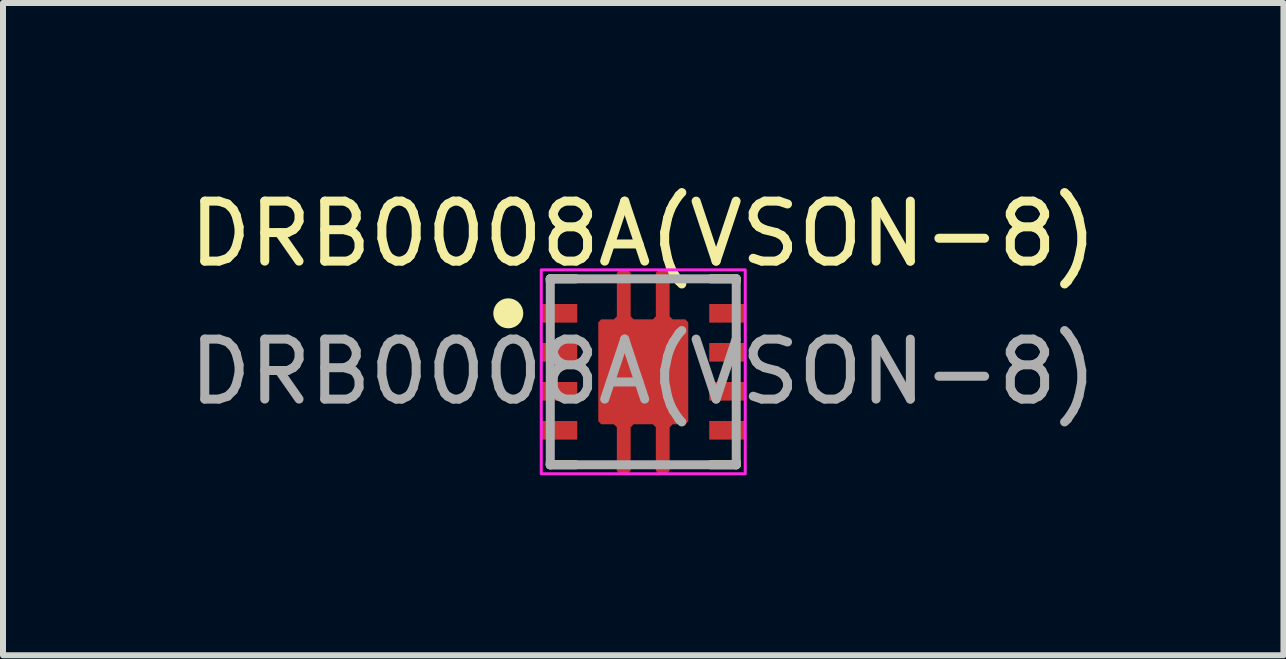
<source format=kicad_pcb>
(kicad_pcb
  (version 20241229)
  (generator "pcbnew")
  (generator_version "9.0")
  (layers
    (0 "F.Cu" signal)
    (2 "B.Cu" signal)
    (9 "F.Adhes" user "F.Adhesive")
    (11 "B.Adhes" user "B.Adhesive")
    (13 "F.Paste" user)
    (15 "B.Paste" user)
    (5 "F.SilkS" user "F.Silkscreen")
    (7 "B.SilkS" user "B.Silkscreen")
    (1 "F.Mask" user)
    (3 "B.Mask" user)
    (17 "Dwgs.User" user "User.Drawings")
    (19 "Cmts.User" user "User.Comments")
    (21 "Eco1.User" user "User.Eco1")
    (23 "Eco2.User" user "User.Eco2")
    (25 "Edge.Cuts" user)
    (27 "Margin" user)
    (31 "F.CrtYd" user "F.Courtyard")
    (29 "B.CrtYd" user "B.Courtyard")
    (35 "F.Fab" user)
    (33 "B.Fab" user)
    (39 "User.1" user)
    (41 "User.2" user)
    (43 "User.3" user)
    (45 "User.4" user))
  (footprint "DRB0008A(VSON-8)"
    (layer "F.Cu")
    (at 7.673 3.148)
    (property "Reference" "DRB0008A(VSON-8)" (at 0 -2.3 0) (unlocked yes) (layer "F.SilkS") (effects (font (size 1 1) (thickness 0.15))))
    (attr smd)
    (fp_poly (pts (xy -0.75 0.825) (xy -0.75 -0.825) (xy -0.7 -0.875) (xy -0.49 -0.875) (xy -0.44 -0.925) (xy -0.44 -1.65) (xy -0.39 -1.7) (xy -0.26 -1.7) (xy -0.21 -1.65) (xy -0.21 -0.925) (xy -0.16 -0.875) (xy 0.16 -0.875) (xy 0.21 -0.925) (xy 0.21 -1.65) (xy 0.26 -1.7) (xy 0.39 -1.7) (xy 0.44 -1.65) (xy 0.44 -0.925) (xy 0.49 -0.875) (xy 0.7 -0.875) (xy 0.75 -0.825) (xy 0.75 0.825) (xy 0.7 0.875) (xy 0.49 0.875) (xy 0.44 0.925) (xy 0.44 1.65) (xy 0.39 1.7) (xy 0.26 1.7) (xy 0.21 1.65) (xy 0.21 0.925) (xy 0.16 0.875) (xy -0.16 0.875) (xy -0.21 0.925) (xy -0.21 1.65) (xy -0.26 1.7) (xy -0.39 1.7) (xy -0.44 1.65) (xy -0.44 0.925) (xy -0.49 0.875) (xy -0.7 0.875)) (stroke (width 0) (type solid)) (fill yes) (layer "F.Mask"))
    (fp_line (start -1.55 -1.55) (end -1.125 -1.55) (stroke (width 0.15) (type solid)) (layer "F.SilkS"))
    (fp_line (start -1.55 -1.505) (end -1.55 -1.55) (stroke (width 0.15) (type solid)) (layer "F.SilkS"))
    (fp_line (start -1.55 1.55) (end -1.55 1.505) (stroke (width 0.15) (type solid)) (layer "F.SilkS"))
    (fp_line (start -1.55 1.55) (end -1.125 1.55) (stroke (width 0.15) (type solid)) (layer "F.SilkS"))
    (fp_line (start 1.125 -1.55) (end 1.55 -1.55) (stroke (width 0.15) (type solid)) (layer "F.SilkS"))
    (fp_line (start 1.125 1.55) (end 1.55 1.55) (stroke (width 0.15) (type solid)) (layer "F.SilkS"))
    (fp_line (start 1.55 -1.505) (end 1.55 -1.55) (stroke (width 0.15) (type solid)) (layer "F.SilkS"))
    (fp_line (start 1.55 1.55) (end 1.55 1.505) (stroke (width 0.15) (type solid)) (layer "F.SilkS"))
    (fp_circle (center -2.25 -0.975) (end -2.125 -0.975) (stroke (width 0.25) (type solid)) (fill no) (layer "F.SilkS"))
    (fp_poly (pts (xy -0.67 0.725) (xy -0.67 -0.725) (xy -0.62 -0.775) (xy 0.62 -0.775) (xy 0.67 -0.725) (xy 0.67 0.725) (xy 0.62 0.775) (xy -0.62 0.775)) (stroke (width 0) (type solid)) (fill yes) (layer "F.Paste"))
    (fp_poly (pts (xy -0.39 -1.699) (xy -0.26 -1.699) (xy -0.21 -1.649) (xy -0.21 -1.024) (xy -0.26 -0.974) (xy -0.39 -0.974) (xy -0.44 -1.024) (xy -0.44 -1.649)) (stroke (width 0) (type solid)) (fill yes) (layer "F.Paste"))
    (fp_poly (pts (xy -0.21 1.024) (xy -0.21 1.649) (xy -0.26 1.699) (xy -0.39 1.699) (xy -0.44 1.649) (xy -0.44 1.024) (xy -0.39 0.974) (xy -0.26 0.974)) (stroke (width 0) (type solid)) (fill yes) (layer "F.Paste"))
    (fp_poly (pts (xy 0.26 -0.974) (xy 0.21 -1.024) (xy 0.21 -1.649) (xy 0.26 -1.699) (xy 0.39 -1.699) (xy 0.44 -1.649) (xy 0.44 -1.024) (xy 0.39 -0.974)) (stroke (width 0) (type solid)) (fill yes) (layer "F.Paste"))
    (fp_poly (pts (xy 0.26 0.974) (xy 0.39 0.974) (xy 0.44 1.024) (xy 0.44 1.649) (xy 0.39 1.699) (xy 0.26 1.699) (xy 0.21 1.649) (xy 0.21 1.024)) (stroke (width 0) (type solid)) (fill yes) (layer "F.Paste"))
    (fp_rect (start -1.7 -1.7) (end 1.7 1.7) (stroke (width 0.05) (type default)) (fill no) (layer "F.CrtYd"))
    (fp_line (start -1.55 -1.55) (end 1.55 -1.55) (stroke (width 0.15) (type solid)) (layer "F.Fab"))
    (fp_line (start -1.55 1.55) (end -1.55 -1.55) (stroke (width 0.15) (type solid)) (layer "F.Fab"))
    (fp_line (start -1.55 1.55) (end 1.55 1.55) (stroke (width 0.15) (type solid)) (layer "F.Fab"))
    (fp_line (start 1.55 1.55) (end 1.55 -1.55) (stroke (width 0.15) (type solid)) (layer "F.Fab"))
    (fp_text user "${REFERENCE}" (at 0 0 0) (unlocked yes) (layer "F.Fab") (effects (font (size 1 1) (thickness 0.15))))
    (pad "1" smd rect (at -1.4 -0.975) (size 0.6 0.31) (layers "F.Cu" "F.Mask" "F.Paste"))
    (pad "2" smd rect (at -1.4 -0.325) (size 0.6 0.31) (layers "F.Cu" "F.Mask" "F.Paste"))
    (pad "3" smd rect (at -1.4 0.325) (size 0.6 0.31) (layers "F.Cu" "F.Mask" "F.Paste"))
    (pad "4" smd rect (at -1.4 0.975) (size 0.6 0.31) (layers "F.Cu" "F.Mask" "F.Paste"))
    (pad "5" smd rect (at 1.4 0.975) (size 0.6 0.31) (layers "F.Cu" "F.Mask" "F.Paste"))
    (pad "6" smd rect (at 1.4 0.325) (size 0.6 0.31) (layers "F.Cu" "F.Mask" "F.Paste"))
    (pad "7" smd rect (at 1.4 -0.325) (size 0.6 0.31) (layers "F.Cu" "F.Mask" "F.Paste"))
    (pad "8" smd rect (at 1.4 -0.975) (size 0.6 0.31) (layers "F.Cu" "F.Mask" "F.Paste"))
    (pad "9" smd custom (at 0 0) (size 1.35 1.35) (layers "F.Cu" "F.Mask") (options (anchor rect)) (primitives (gr_poly (pts (xy -0.75 0.825) (xy -0.7 0.875) (xy -0.49 0.875) (xy -0.44 0.925) (xy -0.44 1.65) (xy -0.39 1.7) (xy -0.26 1.7) (xy -0.21 1.65) (xy -0.21 0.925) (xy -0.16 0.875) (xy 0.16 0.875) (xy 0.21 0.925) (xy 0.21 1.65) (xy 0.26 1.7) (xy 0.39 1.7) (xy 0.44 1.65) (xy 0.44 0.925) (xy 0.49 0.875) (xy 0.7 0.875) (xy 0.75 0.825) (xy 0.75 -0.825) (xy 0.7 -0.875) (xy 0.49 -0.875) (xy 0.44 -0.925) (xy 0.44 -1.65) (xy 0.39 -1.7) (xy 0.26 -1.7) (xy 0.21 -1.65) (xy 0.21 -0.925) (xy 0.16 -0.875) (xy -0.16 -0.875) (xy -0.21 -0.925) (xy -0.21 -1.65) (xy -0.26 -1.7) (xy -0.39 -1.7) (xy -0.44 -1.65) (xy -0.44 -0.925) (xy -0.49 -0.875) (xy -0.7 -0.875) (xy -0.75 -0.825)) (width 0) (fill yes)))))
  (gr_rect
    (start -3 -3)
    (end 18.345 7.873)
    (stroke (width 0.1) (type default))
    (fill no)
    (layer "Edge.Cuts")))
</source>
